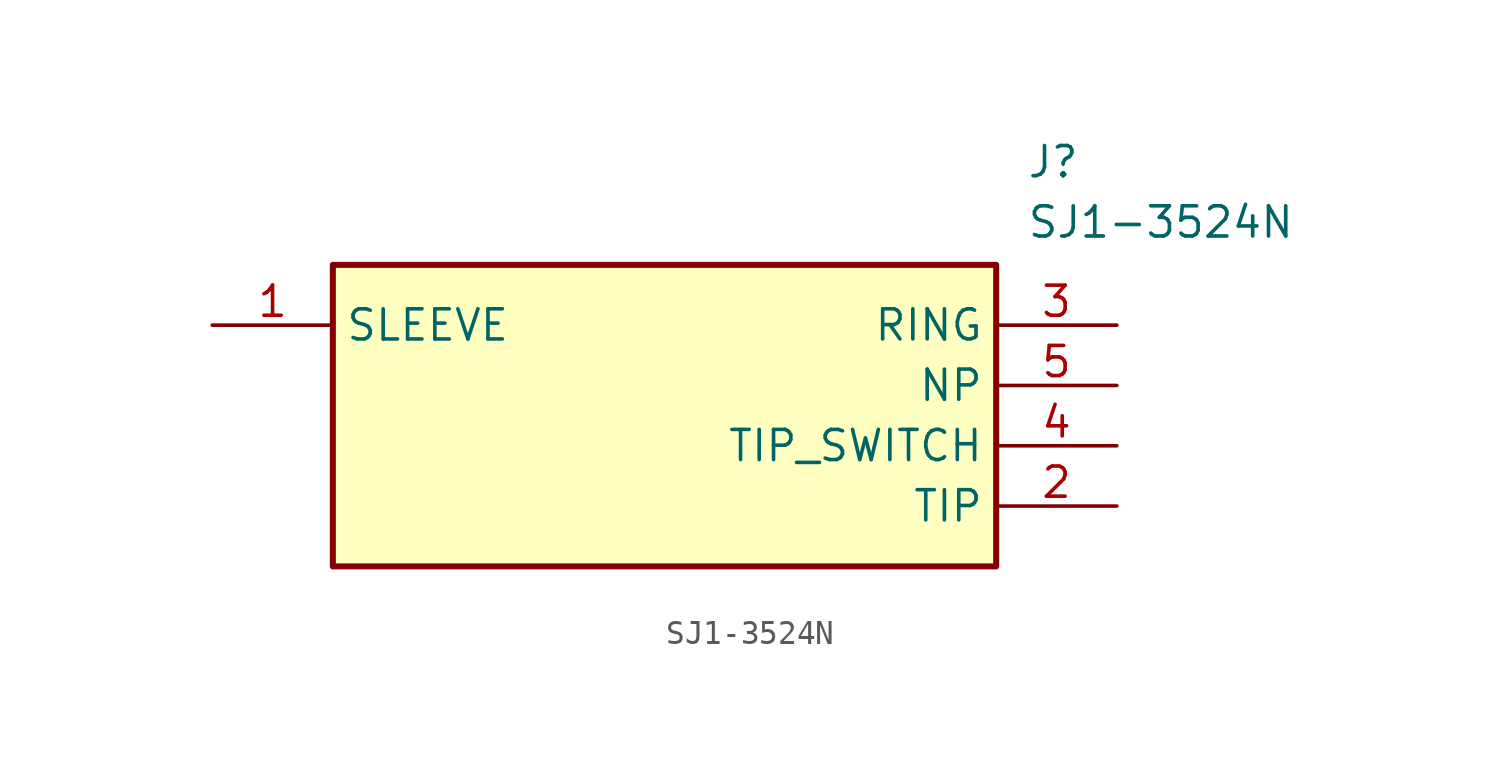
<source format=kicad_sym>
(kicad_symbol_lib
  (version 20211014)
  (generator SamacSys_ECAD_Model)
  (symbol "SJ1-3524N"
    (property "Reference" "J"
      (at 34.29 7.62 0)
      (effects (font (size 1.27 1.27)) (justify left top)))
    (property "Value" "SJ1-3524N"
      (at 34.29 5.08 0)
      (effects (font (size 1.27 1.27)) (justify left top)))
    (rectangle
      (start 5.08 2.54)
      (end 33.02 -10.16)
      (stroke (width 0.254) (type default))
      (fill (type background)))
    (pin passive line
      (at 0 0 0)
      (length 5.08)
      (name "SLEEVE" (effects (font (size 1.27 1.27))))
      (number "1" (effects (font (size 1.27 1.27)))))
    (pin passive line
      (at 38.1 -7.62 180)
      (length 5.08)
      (name "TIP" (effects (font (size 1.27 1.27))))
      (number "2" (effects (font (size 1.27 1.27)))))
    (pin passive line
      (at 38.1 0 180)
      (length 5.08)
      (name "RING" (effects (font (size 1.27 1.27))))
      (number "3" (effects (font (size 1.27 1.27)))))
    (pin passive line
      (at 38.1 -5.08 180)
      (length 5.08)
      (name "TIP_SWITCH" (effects (font (size 1.27 1.27))))
      (number "4" (effects (font (size 1.27 1.27)))))
    (pin passive line
      (at 38.1 -2.54 180)
      (length 5.08)
      (name "NP" (effects (font (size 1.27 1.27))))
      (number "5" (effects (font (size 1.27 1.27)))))))
</source>
